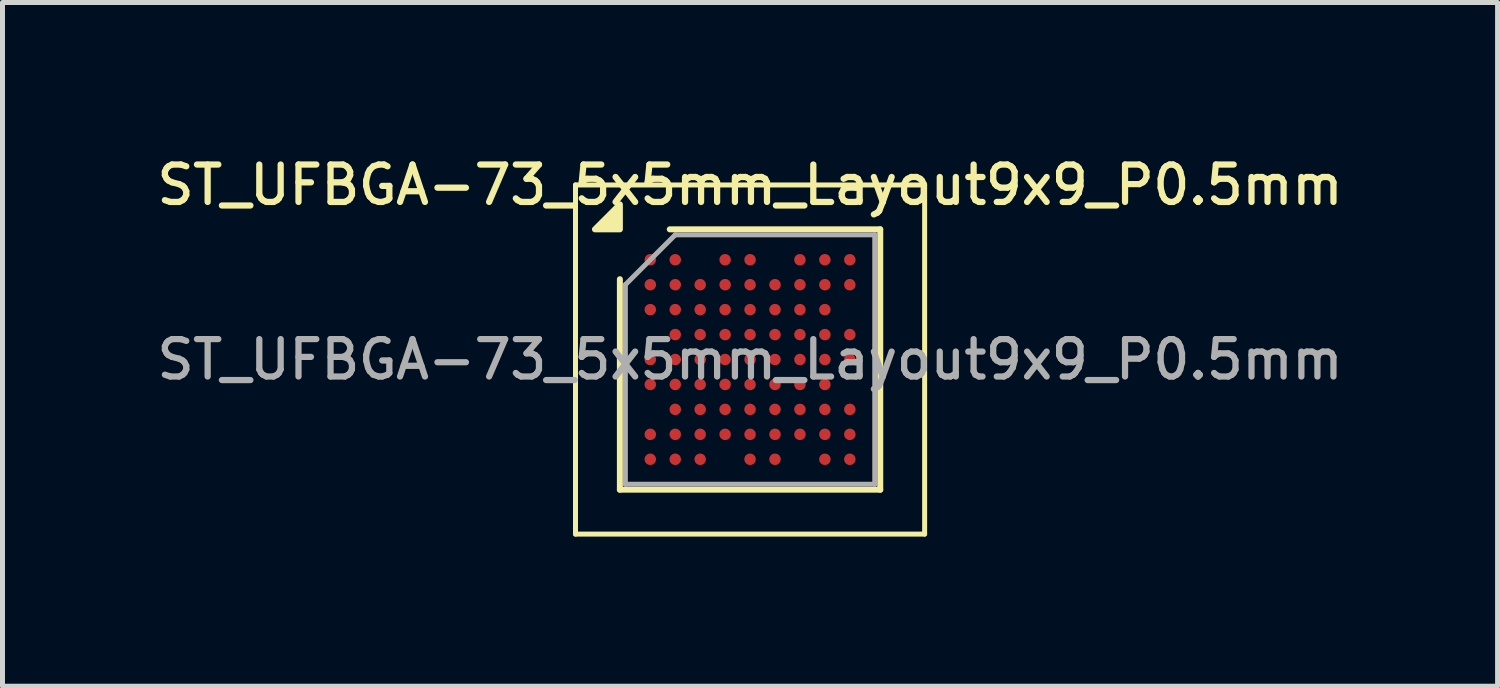
<source format=kicad_pcb>
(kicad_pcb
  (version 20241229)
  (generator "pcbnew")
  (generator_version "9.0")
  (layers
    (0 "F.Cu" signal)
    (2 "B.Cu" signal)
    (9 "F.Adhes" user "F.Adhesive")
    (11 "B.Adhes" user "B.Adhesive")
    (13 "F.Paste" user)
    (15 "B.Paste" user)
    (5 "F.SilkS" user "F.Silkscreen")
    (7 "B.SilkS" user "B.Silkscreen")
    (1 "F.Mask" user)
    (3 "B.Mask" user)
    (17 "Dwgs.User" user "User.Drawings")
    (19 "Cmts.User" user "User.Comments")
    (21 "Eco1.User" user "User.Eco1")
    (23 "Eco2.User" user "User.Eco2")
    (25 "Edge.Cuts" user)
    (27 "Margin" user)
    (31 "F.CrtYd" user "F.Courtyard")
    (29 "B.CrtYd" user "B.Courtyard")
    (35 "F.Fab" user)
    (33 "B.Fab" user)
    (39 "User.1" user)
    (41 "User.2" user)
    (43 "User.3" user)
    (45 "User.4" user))
  (footprint "ST_UFBGA-73_5x5mm_Layout9x9_P0.5mm"
    (layer "F.Cu")
    (at 11.988 4.158)
    (property "Reference" "ST_UFBGA-73_5x5mm_Layout9x9_P0.5mm" (at 0 -3.5 0) (layer "F.SilkS") (effects (font (size 0.75 0.75) (thickness 0.125))))
    (attr smd)
    (fp_line (start -3.5 -3.5) (end -3.5 3.5) (stroke (width 0.1) (type solid)) (layer "F.SilkS"))
    (fp_line (start -3.5 3.5) (end 3.5 3.5) (stroke (width 0.1) (type solid)) (layer "F.SilkS"))
    (fp_line (start -2.61 2.61) (end -2.61 -1.61) (stroke (width 0.12) (type solid)) (layer "F.SilkS"))
    (fp_line (start -1.61 -2.61) (end 2.61 -2.61) (stroke (width 0.12) (type solid)) (layer "F.SilkS"))
    (fp_line (start 2.61 -2.61) (end 2.61 2.61) (stroke (width 0.12) (type solid)) (layer "F.SilkS"))
    (fp_line (start 2.61 2.61) (end -2.61 2.61) (stroke (width 0.12) (type solid)) (layer "F.SilkS"))
    (fp_line (start 3.5 -3.5) (end -3.5 -3.5) (stroke (width 0.1) (type solid)) (layer "F.SilkS"))
    (fp_line (start 3.5 3.5) (end 3.5 -3.5) (stroke (width 0.1) (type solid)) (layer "F.SilkS"))
    (fp_poly (pts (xy -2.61 -2.61) (xy -3.11 -2.61) (xy -2.61 -3.11) (xy -2.61 -2.61)) (stroke (width 0.12) (type solid)) (fill yes) (layer "F.SilkS"))
    (fp_line (start -2.5 -1.5) (end -1.5 -2.5) (stroke (width 0.1) (type solid)) (layer "F.Fab"))
    (fp_line (start -2.5 2.5) (end -2.5 -1.5) (stroke (width 0.1) (type solid)) (layer "F.Fab"))
    (fp_line (start -1.5 -2.5) (end 2.5 -2.5) (stroke (width 0.1) (type solid)) (layer "F.Fab"))
    (fp_line (start 2.5 -2.5) (end 2.5 2.5) (stroke (width 0.1) (type solid)) (layer "F.Fab"))
    (fp_line (start 2.5 2.5) (end -2.5 2.5) (stroke (width 0.1) (type solid)) (layer "F.Fab"))
    (fp_text user "${REFERENCE}" (at 0 0 0) (layer "F.Fab") (effects (font (size 0.75 0.75) (thickness 0.125))))
    (pad "A1" smd circle (at -2 -2) (size 0.23 0.23) (property pad_prop_bga) (layers "F.Cu" "F.Mask" "F.Paste"))
    (pad "A2" smd circle (at -1.5 -2) (size 0.23 0.23) (property pad_prop_bga) (layers "F.Cu" "F.Mask" "F.Paste"))
    (pad "A4" smd circle (at -0.5 -2) (size 0.23 0.23) (property pad_prop_bga) (layers "F.Cu" "F.Mask" "F.Paste"))
    (pad "A5" smd circle (at 0 -2) (size 0.23 0.23) (property pad_prop_bga) (layers "F.Cu" "F.Mask" "F.Paste"))
    (pad "A7" smd circle (at 1 -2) (size 0.23 0.23) (property pad_prop_bga) (layers "F.Cu" "F.Mask" "F.Paste"))
    (pad "A8" smd circle (at 1.5 -2) (size 0.23 0.23) (property pad_prop_bga) (layers "F.Cu" "F.Mask" "F.Paste"))
    (pad "A9" smd circle (at 2 -2) (size 0.23 0.23) (property pad_prop_bga) (layers "F.Cu" "F.Mask" "F.Paste"))
    (pad "B1" smd circle (at -2 -1.5) (size 0.23 0.23) (property pad_prop_bga) (layers "F.Cu" "F.Mask" "F.Paste"))
    (pad "B2" smd circle (at -1.5 -1.5) (size 0.23 0.23) (property pad_prop_bga) (layers "F.Cu" "F.Mask" "F.Paste"))
    (pad "B3" smd circle (at -1 -1.5) (size 0.23 0.23) (property pad_prop_bga) (layers "F.Cu" "F.Mask" "F.Paste"))
    (pad "B4" smd circle (at -0.5 -1.5) (size 0.23 0.23) (property pad_prop_bga) (layers "F.Cu" "F.Mask" "F.Paste"))
    (pad "B5" smd circle (at 0 -1.5) (size 0.23 0.23) (property pad_prop_bga) (layers "F.Cu" "F.Mask" "F.Paste"))
    (pad "B6" smd circle (at 0.5 -1.5) (size 0.23 0.23) (property pad_prop_bga) (layers "F.Cu" "F.Mask" "F.Paste"))
    (pad "B7" smd circle (at 1 -1.5) (size 0.23 0.23) (property pad_prop_bga) (layers "F.Cu" "F.Mask" "F.Paste"))
    (pad "B8" smd circle (at 1.5 -1.5) (size 0.23 0.23) (property pad_prop_bga) (layers "F.Cu" "F.Mask" "F.Paste"))
    (pad "B9" smd circle (at 2 -1.5) (size 0.23 0.23) (property pad_prop_bga) (layers "F.Cu" "F.Mask" "F.Paste"))
    (pad "C1" smd circle (at -2 -1) (size 0.23 0.23) (property pad_prop_bga) (layers "F.Cu" "F.Mask" "F.Paste"))
    (pad "C2" smd circle (at -1.5 -1) (size 0.23 0.23) (property pad_prop_bga) (layers "F.Cu" "F.Mask" "F.Paste"))
    (pad "C3" smd circle (at -1 -1) (size 0.23 0.23) (property pad_prop_bga) (layers "F.Cu" "F.Mask" "F.Paste"))
    (pad "C4" smd circle (at -0.5 -1) (size 0.23 0.23) (property pad_prop_bga) (layers "F.Cu" "F.Mask" "F.Paste"))
    (pad "C5" smd circle (at 0 -1) (size 0.23 0.23) (property pad_prop_bga) (layers "F.Cu" "F.Mask" "F.Paste"))
    (pad "C6" smd circle (at 0.5 -1) (size 0.23 0.23) (property pad_prop_bga) (layers "F.Cu" "F.Mask" "F.Paste"))
    (pad "C7" smd circle (at 1 -1) (size 0.23 0.23) (property pad_prop_bga) (layers "F.Cu" "F.Mask" "F.Paste"))
    (pad "C8" smd circle (at 1.5 -1) (size 0.23 0.23) (property pad_prop_bga) (layers "F.Cu" "F.Mask" "F.Paste"))
    (pad "D2" smd circle (at -1.5 -0.5) (size 0.23 0.23) (property pad_prop_bga) (layers "F.Cu" "F.Mask" "F.Paste"))
    (pad "D3" smd circle (at -1 -0.5) (size 0.23 0.23) (property pad_prop_bga) (layers "F.Cu" "F.Mask" "F.Paste"))
    (pad "D4" smd circle (at -0.5 -0.5) (size 0.23 0.23) (property pad_prop_bga) (layers "F.Cu" "F.Mask" "F.Paste"))
    (pad "D5" smd circle (at 0 -0.5) (size 0.23 0.23) (property pad_prop_bga) (layers "F.Cu" "F.Mask" "F.Paste"))
    (pad "D6" smd circle (at 0.5 -0.5) (size 0.23 0.23) (property pad_prop_bga) (layers "F.Cu" "F.Mask" "F.Paste"))
    (pad "D7" smd circle (at 1 -0.5) (size 0.23 0.23) (property pad_prop_bga) (layers "F.Cu" "F.Mask" "F.Paste"))
    (pad "D8" smd circle (at 1.5 -0.5) (size 0.23 0.23) (property pad_prop_bga) (layers "F.Cu" "F.Mask" "F.Paste"))
    (pad "D9" smd circle (at 2 -0.5) (size 0.23 0.23) (property pad_prop_bga) (layers "F.Cu" "F.Mask" "F.Paste"))
    (pad "E1" smd circle (at -2 0) (size 0.23 0.23) (property pad_prop_bga) (layers "F.Cu" "F.Mask" "F.Paste"))
    (pad "E2" smd circle (at -1.5 0) (size 0.23 0.23) (property pad_prop_bga) (layers "F.Cu" "F.Mask" "F.Paste"))
    (pad "E3" smd circle (at -1 0) (size 0.23 0.23) (property pad_prop_bga) (layers "F.Cu" "F.Mask" "F.Paste"))
    (pad "E4" smd circle (at -0.5 0) (size 0.23 0.23) (property pad_prop_bga) (layers "F.Cu" "F.Mask" "F.Paste"))
    (pad "E5" smd circle (at 0 0) (size 0.23 0.23) (property pad_prop_bga) (layers "F.Cu" "F.Mask" "F.Paste"))
    (pad "E6" smd circle (at 0.5 0) (size 0.23 0.23) (property pad_prop_bga) (layers "F.Cu" "F.Mask" "F.Paste"))
    (pad "E7" smd circle (at 1 0) (size 0.23 0.23) (property pad_prop_bga) (layers "F.Cu" "F.Mask" "F.Paste"))
    (pad "E8" smd circle (at 1.5 0) (size 0.23 0.23) (property pad_prop_bga) (layers "F.Cu" "F.Mask" "F.Paste"))
    (pad "E9" smd circle (at 2 0) (size 0.23 0.23) (property pad_prop_bga) (layers "F.Cu" "F.Mask" "F.Paste"))
    (pad "F1" smd circle (at -2 0.5) (size 0.23 0.23) (property pad_prop_bga) (layers "F.Cu" "F.Mask" "F.Paste"))
    (pad "F2" smd circle (at -1.5 0.5) (size 0.23 0.23) (property pad_prop_bga) (layers "F.Cu" "F.Mask" "F.Paste"))
    (pad "F3" smd circle (at -1 0.5) (size 0.23 0.23) (property pad_prop_bga) (layers "F.Cu" "F.Mask" "F.Paste"))
    (pad "F4" smd circle (at -0.5 0.5) (size 0.23 0.23) (property pad_prop_bga) (layers "F.Cu" "F.Mask" "F.Paste"))
    (pad "F5" smd circle (at 0 0.5) (size 0.23 0.23) (property pad_prop_bga) (layers "F.Cu" "F.Mask" "F.Paste"))
    (pad "F6" smd circle (at 0.5 0.5) (size 0.23 0.23) (property pad_prop_bga) (layers "F.Cu" "F.Mask" "F.Paste"))
    (pad "F7" smd circle (at 1 0.5) (size 0.23 0.23) (property pad_prop_bga) (layers "F.Cu" "F.Mask" "F.Paste"))
    (pad "F8" smd circle (at 1.5 0.5) (size 0.23 0.23) (property pad_prop_bga) (layers "F.Cu" "F.Mask" "F.Paste"))
    (pad "G2" smd circle (at -1.5 1) (size 0.23 0.23) (property pad_prop_bga) (layers "F.Cu" "F.Mask" "F.Paste"))
    (pad "G3" smd circle (at -1 1) (size 0.23 0.23) (property pad_prop_bga) (layers "F.Cu" "F.Mask" "F.Paste"))
    (pad "G4" smd circle (at -0.5 1) (size 0.23 0.23) (property pad_prop_bga) (layers "F.Cu" "F.Mask" "F.Paste"))
    (pad "G5" smd circle (at 0 1) (size 0.23 0.23) (property pad_prop_bga) (layers "F.Cu" "F.Mask" "F.Paste"))
    (pad "G6" smd circle (at 0.5 1) (size 0.23 0.23) (property pad_prop_bga) (layers "F.Cu" "F.Mask" "F.Paste"))
    (pad "G7" smd circle (at 1 1) (size 0.23 0.23) (property pad_prop_bga) (layers "F.Cu" "F.Mask" "F.Paste"))
    (pad "G8" smd circle (at 1.5 1) (size 0.23 0.23) (property pad_prop_bga) (layers "F.Cu" "F.Mask" "F.Paste"))
    (pad "G9" smd circle (at 2 1) (size 0.23 0.23) (property pad_prop_bga) (layers "F.Cu" "F.Mask" "F.Paste"))
    (pad "H1" smd circle (at -2 1.5) (size 0.23 0.23) (property pad_prop_bga) (layers "F.Cu" "F.Mask" "F.Paste"))
    (pad "H2" smd circle (at -1.5 1.5) (size 0.23 0.23) (property pad_prop_bga) (layers "F.Cu" "F.Mask" "F.Paste"))
    (pad "H3" smd circle (at -1 1.5) (size 0.23 0.23) (property pad_prop_bga) (layers "F.Cu" "F.Mask" "F.Paste"))
    (pad "H4" smd circle (at -0.5 1.5) (size 0.23 0.23) (property pad_prop_bga) (layers "F.Cu" "F.Mask" "F.Paste"))
    (pad "H5" smd circle (at 0 1.5) (size 0.23 0.23) (property pad_prop_bga) (layers "F.Cu" "F.Mask" "F.Paste"))
    (pad "H6" smd circle (at 0.5 1.5) (size 0.23 0.23) (property pad_prop_bga) (layers "F.Cu" "F.Mask" "F.Paste"))
    (pad "H7" smd circle (at 1 1.5) (size 0.23 0.23) (property pad_prop_bga) (layers "F.Cu" "F.Mask" "F.Paste"))
    (pad "H8" smd circle (at 1.5 1.5) (size 0.23 0.23) (property pad_prop_bga) (layers "F.Cu" "F.Mask" "F.Paste"))
    (pad "H9" smd circle (at 2 1.5) (size 0.23 0.23) (property pad_prop_bga) (layers "F.Cu" "F.Mask" "F.Paste"))
    (pad "J1" smd circle (at -2 2) (size 0.23 0.23) (property pad_prop_bga) (layers "F.Cu" "F.Mask" "F.Paste"))
    (pad "J2" smd circle (at -1.5 2) (size 0.23 0.23) (property pad_prop_bga) (layers "F.Cu" "F.Mask" "F.Paste"))
    (pad "J3" smd circle (at -1 2) (size 0.23 0.23) (property pad_prop_bga) (layers "F.Cu" "F.Mask" "F.Paste"))
    (pad "J5" smd circle (at 0 2) (size 0.23 0.23) (property pad_prop_bga) (layers "F.Cu" "F.Mask" "F.Paste"))
    (pad "J6" smd circle (at 0.5 2) (size 0.23 0.23) (property pad_prop_bga) (layers "F.Cu" "F.Mask" "F.Paste"))
    (pad "J8" smd circle (at 1.5 2) (size 0.23 0.23) (property pad_prop_bga) (layers "F.Cu" "F.Mask" "F.Paste"))
    (pad "J9" smd circle (at 2 2) (size 0.23 0.23) (property pad_prop_bga) (layers "F.Cu" "F.Mask" "F.Paste")))
  (gr_rect
    (start -3 -3)
    (end 26.975 10.708)
    (stroke (width 0.1) (type default))
    (fill no)
    (layer "Edge.Cuts")))
</source>
